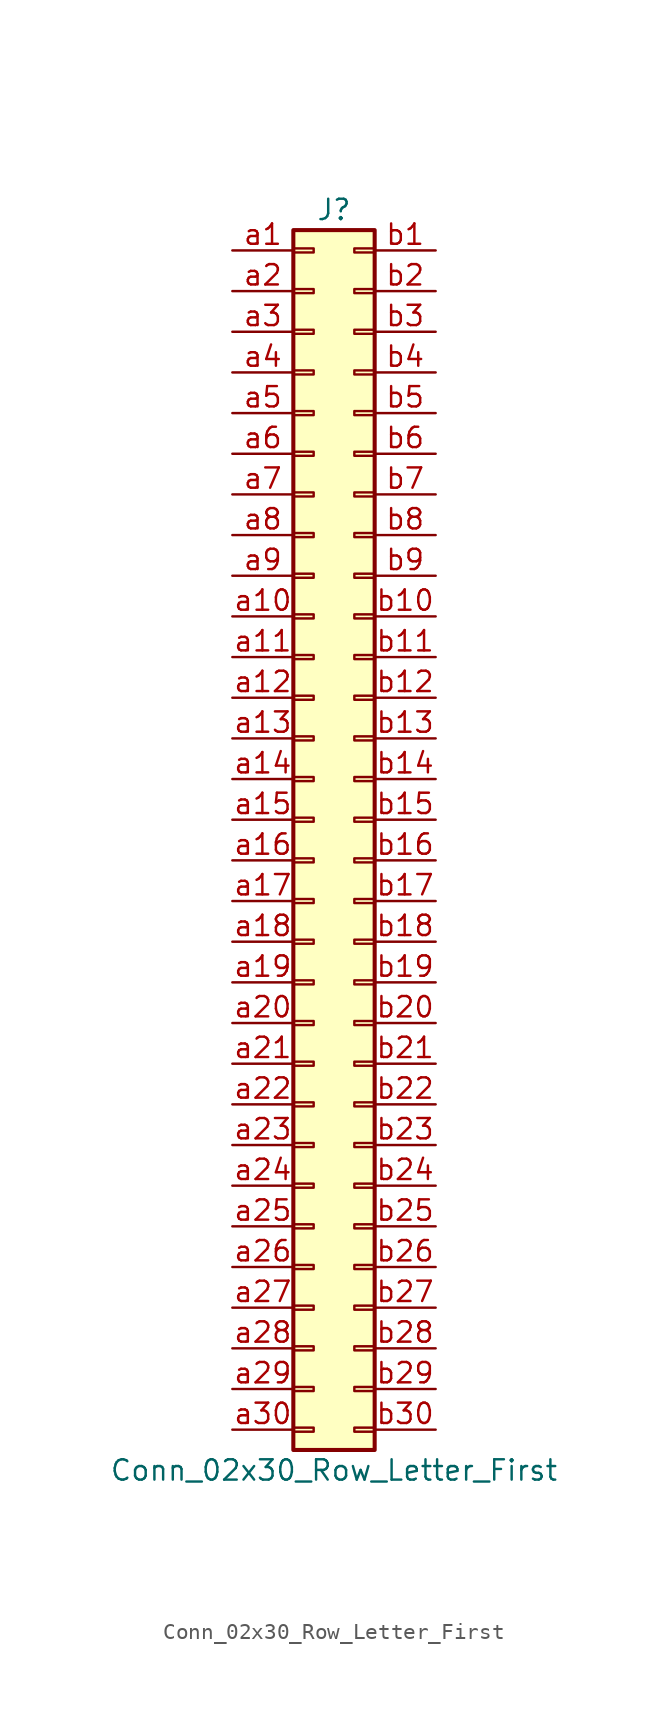
<source format=kicad_sym>
(kicad_symbol_lib
  (version 20201005)
  (generator kicad_symbol_editor)
  (symbol "Conn_02x30_Row_Letter_First"
    (pin_names
      (offset 1.016) hide)
    (property "Reference" "J"
      (at 1.27 38.1 0)
      (effects (font (size 1.27 1.27))))
    (property "Value" "Conn_02x30_Row_Letter_First"
      (at 1.27 -40.64 0)
      (effects (font (size 1.27 1.27))))
    (symbol "Conn_02x30_Row_Letter_First_1_1"
      (rectangle (start -1.27 -37.973) (end 0 -38.227) (stroke (width 0.152)) (fill (type none)))
      (rectangle (start -1.27 -35.433) (end 0 -35.687) (stroke (width 0.152)) (fill (type none)))
      (rectangle (start -1.27 -32.893) (end 0 -33.147) (stroke (width 0.152)) (fill (type none)))
      (rectangle (start -1.27 -30.353) (end 0 -30.607) (stroke (width 0.152)) (fill (type none)))
      (rectangle (start -1.27 -27.813) (end 0 -28.067) (stroke (width 0.152)) (fill (type none)))
      (rectangle (start -1.27 -25.273) (end 0 -25.527) (stroke (width 0.152)) (fill (type none)))
      (rectangle (start -1.27 -22.733) (end 0 -22.987) (stroke (width 0.152)) (fill (type none)))
      (rectangle (start -1.27 -20.193) (end 0 -20.447) (stroke (width 0.152)) (fill (type none)))
      (rectangle (start -1.27 -17.653) (end 0 -17.907) (stroke (width 0.152)) (fill (type none)))
      (rectangle (start -1.27 -15.113) (end 0 -15.367) (stroke (width 0.152)) (fill (type none)))
      (rectangle (start -1.27 -12.573) (end 0 -12.827) (stroke (width 0.152)) (fill (type none)))
      (rectangle (start -1.27 -10.033) (end 0 -10.287) (stroke (width 0.152)) (fill (type none)))
      (rectangle (start -1.27 -7.493) (end 0 -7.747) (stroke (width 0.152)) (fill (type none)))
      (rectangle (start -1.27 -4.953) (end 0 -5.207) (stroke (width 0.152)) (fill (type none)))
      (rectangle (start -1.27 -2.413) (end 0 -2.667) (stroke (width 0.152)) (fill (type none)))
      (rectangle (start -1.27 0.127) (end 0 -0.127) (stroke (width 0.152)) (fill (type none)))
      (rectangle (start -1.27 2.667) (end 0 2.413) (stroke (width 0.152)) (fill (type none)))
      (rectangle (start -1.27 5.207) (end 0 4.953) (stroke (width 0.152)) (fill (type none)))
      (rectangle (start -1.27 7.747) (end 0 7.493) (stroke (width 0.152)) (fill (type none)))
      (rectangle (start -1.27 10.287) (end 0 10.033) (stroke (width 0.152)) (fill (type none)))
      (rectangle (start -1.27 12.827) (end 0 12.573) (stroke (width 0.152)) (fill (type none)))
      (rectangle (start -1.27 15.367) (end 0 15.113) (stroke (width 0.152)) (fill (type none)))
      (rectangle (start -1.27 17.907) (end 0 17.653) (stroke (width 0.152)) (fill (type none)))
      (rectangle (start -1.27 20.447) (end 0 20.193) (stroke (width 0.152)) (fill (type none)))
      (rectangle (start -1.27 22.987) (end 0 22.733) (stroke (width 0.152)) (fill (type none)))
      (rectangle (start -1.27 25.527) (end 0 25.273) (stroke (width 0.152)) (fill (type none)))
      (rectangle (start -1.27 28.067) (end 0 27.813) (stroke (width 0.152)) (fill (type none)))
      (rectangle (start -1.27 30.607) (end 0 30.353) (stroke (width 0.152)) (fill (type none)))
      (rectangle (start -1.27 33.147) (end 0 32.893) (stroke (width 0.152)) (fill (type none)))
      (rectangle (start -1.27 35.687) (end 0 35.433) (stroke (width 0.152)) (fill (type none)))
      (rectangle (start -1.27 36.83) (end 3.81 -39.37) (stroke (width 0.254)) (fill (type background)))
      (rectangle (start 3.81 -37.973) (end 2.54 -38.227) (stroke (width 0.152)) (fill (type none)))
      (rectangle (start 3.81 -35.433) (end 2.54 -35.687) (stroke (width 0.152)) (fill (type none)))
      (rectangle (start 3.81 -32.893) (end 2.54 -33.147) (stroke (width 0.152)) (fill (type none)))
      (rectangle (start 3.81 -30.353) (end 2.54 -30.607) (stroke (width 0.152)) (fill (type none)))
      (rectangle (start 3.81 -27.813) (end 2.54 -28.067) (stroke (width 0.152)) (fill (type none)))
      (rectangle (start 3.81 -25.273) (end 2.54 -25.527) (stroke (width 0.152)) (fill (type none)))
      (rectangle (start 3.81 -22.733) (end 2.54 -22.987) (stroke (width 0.152)) (fill (type none)))
      (rectangle (start 3.81 -20.193) (end 2.54 -20.447) (stroke (width 0.152)) (fill (type none)))
      (rectangle (start 3.81 -17.653) (end 2.54 -17.907) (stroke (width 0.152)) (fill (type none)))
      (rectangle (start 3.81 -15.113) (end 2.54 -15.367) (stroke (width 0.152)) (fill (type none)))
      (rectangle (start 3.81 -12.573) (end 2.54 -12.827) (stroke (width 0.152)) (fill (type none)))
      (rectangle (start 3.81 -10.033) (end 2.54 -10.287) (stroke (width 0.152)) (fill (type none)))
      (rectangle (start 3.81 -7.493) (end 2.54 -7.747) (stroke (width 0.152)) (fill (type none)))
      (rectangle (start 3.81 -4.953) (end 2.54 -5.207) (stroke (width 0.152)) (fill (type none)))
      (rectangle (start 3.81 -2.413) (end 2.54 -2.667) (stroke (width 0.152)) (fill (type none)))
      (rectangle (start 3.81 0.127) (end 2.54 -0.127) (stroke (width 0.152)) (fill (type none)))
      (rectangle (start 3.81 2.667) (end 2.54 2.413) (stroke (width 0.152)) (fill (type none)))
      (rectangle (start 3.81 5.207) (end 2.54 4.953) (stroke (width 0.152)) (fill (type none)))
      (rectangle (start 3.81 7.747) (end 2.54 7.493) (stroke (width 0.152)) (fill (type none)))
      (rectangle (start 3.81 10.287) (end 2.54 10.033) (stroke (width 0.152)) (fill (type none)))
      (rectangle (start 3.81 12.827) (end 2.54 12.573) (stroke (width 0.152)) (fill (type none)))
      (rectangle (start 3.81 15.367) (end 2.54 15.113) (stroke (width 0.152)) (fill (type none)))
      (rectangle (start 3.81 17.907) (end 2.54 17.653) (stroke (width 0.152)) (fill (type none)))
      (rectangle (start 3.81 20.447) (end 2.54 20.193) (stroke (width 0.152)) (fill (type none)))
      (rectangle (start 3.81 22.987) (end 2.54 22.733) (stroke (width 0.152)) (fill (type none)))
      (rectangle (start 3.81 25.527) (end 2.54 25.273) (stroke (width 0.152)) (fill (type none)))
      (rectangle (start 3.81 28.067) (end 2.54 27.813) (stroke (width 0.152)) (fill (type none)))
      (rectangle (start 3.81 30.607) (end 2.54 30.353) (stroke (width 0.152)) (fill (type none)))
      (rectangle (start 3.81 33.147) (end 2.54 32.893) (stroke (width 0.152)) (fill (type none)))
      (rectangle (start 3.81 35.687) (end 2.54 35.433) (stroke (width 0.152)) (fill (type none)))
      (pin passive line (at -5.08 35.56 0) (length 3.81) (name "Pin_a1" (effects (font (size 1.27 1.27)))) (number "a1" (effects (font (size 1.27 1.27)))))
      (pin passive line (at -5.08 12.7 0) (length 3.81) (name "Pin_a10" (effects (font (size 1.27 1.27)))) (number "a10" (effects (font (size 1.27 1.27)))))
      (pin passive line (at -5.08 10.16 0) (length 3.81) (name "Pin_a11" (effects (font (size 1.27 1.27)))) (number "a11" (effects (font (size 1.27 1.27)))))
      (pin passive line (at -5.08 7.62 0) (length 3.81) (name "Pin_a12" (effects (font (size 1.27 1.27)))) (number "a12" (effects (font (size 1.27 1.27)))))
      (pin passive line (at -5.08 5.08 0) (length 3.81) (name "Pin_a13" (effects (font (size 1.27 1.27)))) (number "a13" (effects (font (size 1.27 1.27)))))
      (pin passive line (at -5.08 2.54 0) (length 3.81) (name "Pin_a14" (effects (font (size 1.27 1.27)))) (number "a14" (effects (font (size 1.27 1.27)))))
      (pin passive line (at -5.08 0 0) (length 3.81) (name "Pin_a15" (effects (font (size 1.27 1.27)))) (number "a15" (effects (font (size 1.27 1.27)))))
      (pin passive line (at -5.08 -2.54 0) (length 3.81) (name "Pin_a16" (effects (font (size 1.27 1.27)))) (number "a16" (effects (font (size 1.27 1.27)))))
      (pin passive line (at -5.08 -5.08 0) (length 3.81) (name "Pin_a17" (effects (font (size 1.27 1.27)))) (number "a17" (effects (font (size 1.27 1.27)))))
      (pin passive line (at -5.08 -7.62 0) (length 3.81) (name "Pin_a18" (effects (font (size 1.27 1.27)))) (number "a18" (effects (font (size 1.27 1.27)))))
      (pin passive line (at -5.08 -10.16 0) (length 3.81) (name "Pin_a19" (effects (font (size 1.27 1.27)))) (number "a19" (effects (font (size 1.27 1.27)))))
      (pin passive line (at -5.08 33.02 0) (length 3.81) (name "Pin_a2" (effects (font (size 1.27 1.27)))) (number "a2" (effects (font (size 1.27 1.27)))))
      (pin passive line (at -5.08 -12.7 0) (length 3.81) (name "Pin_a20" (effects (font (size 1.27 1.27)))) (number "a20" (effects (font (size 1.27 1.27)))))
      (pin passive line (at -5.08 -15.24 0) (length 3.81) (name "Pin_a21" (effects (font (size 1.27 1.27)))) (number "a21" (effects (font (size 1.27 1.27)))))
      (pin passive line (at -5.08 -17.78 0) (length 3.81) (name "Pin_a22" (effects (font (size 1.27 1.27)))) (number "a22" (effects (font (size 1.27 1.27)))))
      (pin passive line (at -5.08 -20.32 0) (length 3.81) (name "Pin_a23" (effects (font (size 1.27 1.27)))) (number "a23" (effects (font (size 1.27 1.27)))))
      (pin passive line (at -5.08 -22.86 0) (length 3.81) (name "Pin_a24" (effects (font (size 1.27 1.27)))) (number "a24" (effects (font (size 1.27 1.27)))))
      (pin passive line (at -5.08 -25.4 0) (length 3.81) (name "Pin_a25" (effects (font (size 1.27 1.27)))) (number "a25" (effects (font (size 1.27 1.27)))))
      (pin passive line (at -5.08 -27.94 0) (length 3.81) (name "Pin_a26" (effects (font (size 1.27 1.27)))) (number "a26" (effects (font (size 1.27 1.27)))))
      (pin passive line (at -5.08 -30.48 0) (length 3.81) (name "Pin_a27" (effects (font (size 1.27 1.27)))) (number "a27" (effects (font (size 1.27 1.27)))))
      (pin passive line (at -5.08 -33.02 0) (length 3.81) (name "Pin_a28" (effects (font (size 1.27 1.27)))) (number "a28" (effects (font (size 1.27 1.27)))))
      (pin passive line (at -5.08 -35.56 0) (length 3.81) (name "Pin_a29" (effects (font (size 1.27 1.27)))) (number "a29" (effects (font (size 1.27 1.27)))))
      (pin passive line (at -5.08 30.48 0) (length 3.81) (name "Pin_a3" (effects (font (size 1.27 1.27)))) (number "a3" (effects (font (size 1.27 1.27)))))
      (pin passive line (at -5.08 -38.1 0) (length 3.81) (name "Pin_a30" (effects (font (size 1.27 1.27)))) (number "a30" (effects (font (size 1.27 1.27)))))
      (pin passive line (at -5.08 27.94 0) (length 3.81) (name "Pin_a4" (effects (font (size 1.27 1.27)))) (number "a4" (effects (font (size 1.27 1.27)))))
      (pin passive line (at -5.08 25.4 0) (length 3.81) (name "Pin_a5" (effects (font (size 1.27 1.27)))) (number "a5" (effects (font (size 1.27 1.27)))))
      (pin passive line (at -5.08 22.86 0) (length 3.81) (name "Pin_a6" (effects (font (size 1.27 1.27)))) (number "a6" (effects (font (size 1.27 1.27)))))
      (pin passive line (at -5.08 20.32 0) (length 3.81) (name "Pin_a7" (effects (font (size 1.27 1.27)))) (number "a7" (effects (font (size 1.27 1.27)))))
      (pin passive line (at -5.08 17.78 0) (length 3.81) (name "Pin_a8" (effects (font (size 1.27 1.27)))) (number "a8" (effects (font (size 1.27 1.27)))))
      (pin passive line (at -5.08 15.24 0) (length 3.81) (name "Pin_a9" (effects (font (size 1.27 1.27)))) (number "a9" (effects (font (size 1.27 1.27)))))
      (pin passive line (at 7.62 35.56 180) (length 3.81) (name "Pin_b1" (effects (font (size 1.27 1.27)))) (number "b1" (effects (font (size 1.27 1.27)))))
      (pin passive line (at 7.62 12.7 180) (length 3.81) (name "Pin_b10" (effects (font (size 1.27 1.27)))) (number "b10" (effects (font (size 1.27 1.27)))))
      (pin passive line (at 7.62 10.16 180) (length 3.81) (name "Pin_b11" (effects (font (size 1.27 1.27)))) (number "b11" (effects (font (size 1.27 1.27)))))
      (pin passive line (at 7.62 7.62 180) (length 3.81) (name "Pin_b12" (effects (font (size 1.27 1.27)))) (number "b12" (effects (font (size 1.27 1.27)))))
      (pin passive line (at 7.62 5.08 180) (length 3.81) (name "Pin_b13" (effects (font (size 1.27 1.27)))) (number "b13" (effects (font (size 1.27 1.27)))))
      (pin passive line (at 7.62 2.54 180) (length 3.81) (name "Pin_b14" (effects (font (size 1.27 1.27)))) (number "b14" (effects (font (size 1.27 1.27)))))
      (pin passive line (at 7.62 0 180) (length 3.81) (name "Pin_b15" (effects (font (size 1.27 1.27)))) (number "b15" (effects (font (size 1.27 1.27)))))
      (pin passive line (at 7.62 -2.54 180) (length 3.81) (name "Pin_b16" (effects (font (size 1.27 1.27)))) (number "b16" (effects (font (size 1.27 1.27)))))
      (pin passive line (at 7.62 -5.08 180) (length 3.81) (name "Pin_b17" (effects (font (size 1.27 1.27)))) (number "b17" (effects (font (size 1.27 1.27)))))
      (pin passive line (at 7.62 -7.62 180) (length 3.81) (name "Pin_b18" (effects (font (size 1.27 1.27)))) (number "b18" (effects (font (size 1.27 1.27)))))
      (pin passive line (at 7.62 -10.16 180) (length 3.81) (name "Pin_b19" (effects (font (size 1.27 1.27)))) (number "b19" (effects (font (size 1.27 1.27)))))
      (pin passive line (at 7.62 33.02 180) (length 3.81) (name "Pin_b2" (effects (font (size 1.27 1.27)))) (number "b2" (effects (font (size 1.27 1.27)))))
      (pin passive line (at 7.62 -12.7 180) (length 3.81) (name "Pin_b20" (effects (font (size 1.27 1.27)))) (number "b20" (effects (font (size 1.27 1.27)))))
      (pin passive line (at 7.62 -15.24 180) (length 3.81) (name "Pin_b21" (effects (font (size 1.27 1.27)))) (number "b21" (effects (font (size 1.27 1.27)))))
      (pin passive line (at 7.62 -17.78 180) (length 3.81) (name "Pin_b22" (effects (font (size 1.27 1.27)))) (number "b22" (effects (font (size 1.27 1.27)))))
      (pin passive line (at 7.62 -20.32 180) (length 3.81) (name "Pin_b23" (effects (font (size 1.27 1.27)))) (number "b23" (effects (font (size 1.27 1.27)))))
      (pin passive line (at 7.62 -22.86 180) (length 3.81) (name "Pin_b24" (effects (font (size 1.27 1.27)))) (number "b24" (effects (font (size 1.27 1.27)))))
      (pin passive line (at 7.62 -25.4 180) (length 3.81) (name "Pin_b25" (effects (font (size 1.27 1.27)))) (number "b25" (effects (font (size 1.27 1.27)))))
      (pin passive line (at 7.62 -27.94 180) (length 3.81) (name "Pin_b26" (effects (font (size 1.27 1.27)))) (number "b26" (effects (font (size 1.27 1.27)))))
      (pin passive line (at 7.62 -30.48 180) (length 3.81) (name "Pin_b27" (effects (font (size 1.27 1.27)))) (number "b27" (effects (font (size 1.27 1.27)))))
      (pin passive line (at 7.62 -33.02 180) (length 3.81) (name "Pin_b28" (effects (font (size 1.27 1.27)))) (number "b28" (effects (font (size 1.27 1.27)))))
      (pin passive line (at 7.62 -35.56 180) (length 3.81) (name "Pin_b29" (effects (font (size 1.27 1.27)))) (number "b29" (effects (font (size 1.27 1.27)))))
      (pin passive line (at 7.62 30.48 180) (length 3.81) (name "Pin_b3" (effects (font (size 1.27 1.27)))) (number "b3" (effects (font (size 1.27 1.27)))))
      (pin passive line (at 7.62 -38.1 180) (length 3.81) (name "Pin_b30" (effects (font (size 1.27 1.27)))) (number "b30" (effects (font (size 1.27 1.27)))))
      (pin passive line (at 7.62 27.94 180) (length 3.81) (name "Pin_b4" (effects (font (size 1.27 1.27)))) (number "b4" (effects (font (size 1.27 1.27)))))
      (pin passive line (at 7.62 25.4 180) (length 3.81) (name "Pin_b5" (effects (font (size 1.27 1.27)))) (number "b5" (effects (font (size 1.27 1.27)))))
      (pin passive line (at 7.62 22.86 180) (length 3.81) (name "Pin_b6" (effects (font (size 1.27 1.27)))) (number "b6" (effects (font (size 1.27 1.27)))))
      (pin passive line (at 7.62 20.32 180) (length 3.81) (name "Pin_b7" (effects (font (size 1.27 1.27)))) (number "b7" (effects (font (size 1.27 1.27)))))
      (pin passive line (at 7.62 17.78 180) (length 3.81) (name "Pin_b8" (effects (font (size 1.27 1.27)))) (number "b8" (effects (font (size 1.27 1.27)))))
      (pin passive line (at 7.62 15.24 180) (length 3.81) (name "Pin_b9" (effects (font (size 1.27 1.27)))) (number "b9" (effects (font (size 1.27 1.27))))))))
</source>
